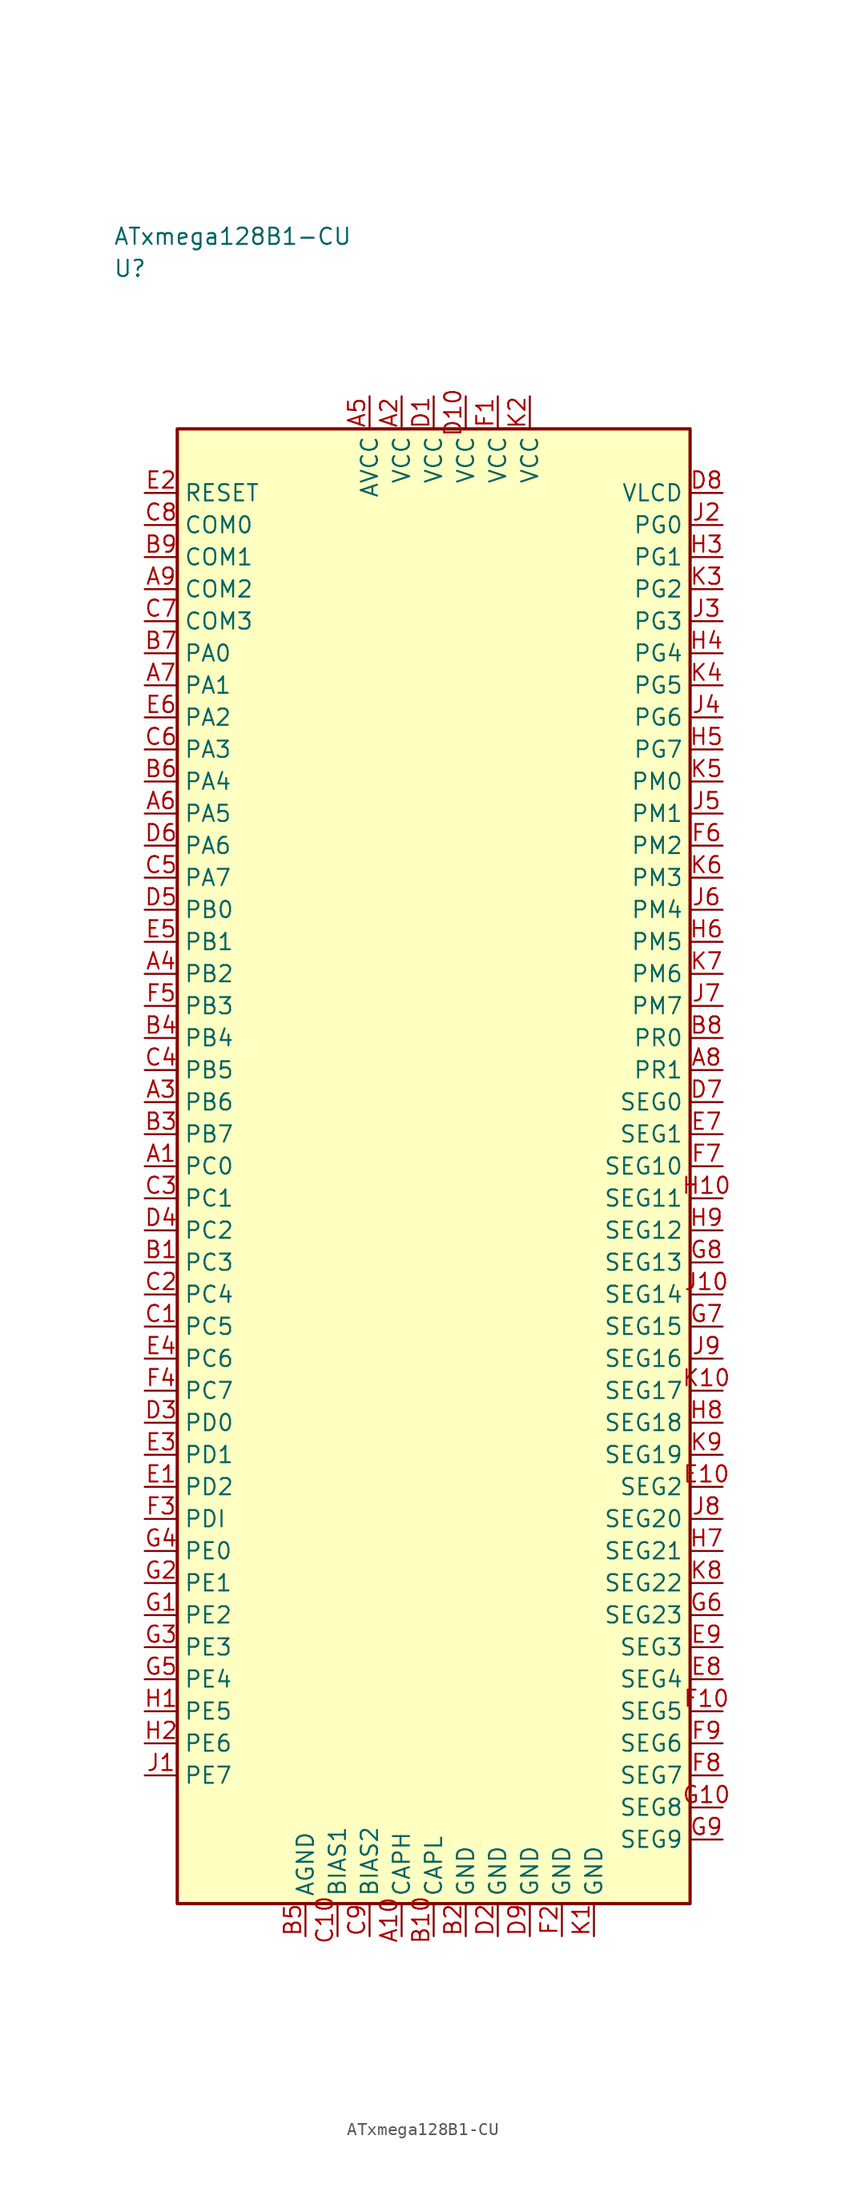
<source format=kicad_sym>
(kicad_symbol_lib
  (version 20241025)
  (generator "kicad_symbol_editor")
  (generator_version "8.0")
  (symbol "ATxmega128B1-CU"
    (property "Reference" "U"
      (at -25.0 70.0 0)
      (effects (font (size 1.27 1.27)) (justify left)))
    (property "Value" "ATxmega128B1-CU"
      (at -25.0 72.5 0)
      (effects (font (size 1.27 1.27)) (justify left)))
    (symbol "ATxmega128B1-CU_0_1"
      (rectangle (start -20.0 57.5) (end 20.0 -57.5) (stroke (width 0.254) (type default)) (fill (type background))))
    (symbol "ATxmega128B1-CU_1_1"
      (pin bidirectional line (at -22.54 0.0 0.0) (length 2.54) (name "PC0" (effects (font (size 1.27 1.27)))) (number "A1" (effects (font (size 1.27 1.27)))))
      (pin power_in line (at -2.5 60.04 270.0) (length 2.54) (name "VCC" (effects (font (size 1.27 1.27)))) (number "A2" (effects (font (size 1.27 1.27)))))
      (pin bidirectional line (at -22.54 5.0 0.0) (length 2.54) (name "PB6" (effects (font (size 1.27 1.27)))) (number "A3" (effects (font (size 1.27 1.27)))))
      (pin bidirectional line (at -22.54 15.0 0.0) (length 2.54) (name "PB2" (effects (font (size 1.27 1.27)))) (number "A4" (effects (font (size 1.27 1.27)))))
      (pin power_in line (at -5.0 60.04 270.0) (length 2.54) (name "AVCC" (effects (font (size 1.27 1.27)))) (number "A5" (effects (font (size 1.27 1.27)))))
      (pin bidirectional line (at -22.54 27.5 0.0) (length 2.54) (name "PA5" (effects (font (size 1.27 1.27)))) (number "A6" (effects (font (size 1.27 1.27)))))
      (pin bidirectional line (at -22.54 37.5 0.0) (length 2.54) (name "PA1" (effects (font (size 1.27 1.27)))) (number "A7" (effects (font (size 1.27 1.27)))))
      (pin bidirectional line (at 22.54 7.5 180.0) (length 2.54) (name "PR1" (effects (font (size 1.27 1.27)))) (number "A8" (effects (font (size 1.27 1.27)))))
      (pin bidirectional line (at -22.54 45.0 0.0) (length 2.54) (name "COM2" (effects (font (size 1.27 1.27)))) (number "A9" (effects (font (size 1.27 1.27)))))
      (pin passive line (at -2.5 -60.04 90.0) (length 2.54) (name "CAPH" (effects (font (size 1.27 1.27)))) (number "A10" (effects (font (size 1.27 1.27)))))
      (pin bidirectional line (at -22.54 -7.5 0.0) (length 2.54) (name "PC3" (effects (font (size 1.27 1.27)))) (number "B1" (effects (font (size 1.27 1.27)))))
      (pin passive line (at 2.5 -60.04 90.0) (length 2.54) (name "GND" (effects (font (size 1.27 1.27)))) (number "B2" (effects (font (size 1.27 1.27)))))
      (pin bidirectional line (at -22.54 2.5 0.0) (length 2.54) (name "PB7" (effects (font (size 1.27 1.27)))) (number "B3" (effects (font (size 1.27 1.27)))))
      (pin bidirectional line (at -22.54 10.0 0.0) (length 2.54) (name "PB4" (effects (font (size 1.27 1.27)))) (number "B4" (effects (font (size 1.27 1.27)))))
      (pin passive line (at -10.0 -60.04 90.0) (length 2.54) (name "AGND" (effects (font (size 1.27 1.27)))) (number "B5" (effects (font (size 1.27 1.27)))))
      (pin bidirectional line (at -22.54 30.0 0.0) (length 2.54) (name "PA4" (effects (font (size 1.27 1.27)))) (number "B6" (effects (font (size 1.27 1.27)))))
      (pin bidirectional line (at -22.54 40.0 0.0) (length 2.54) (name "PA0" (effects (font (size 1.27 1.27)))) (number "B7" (effects (font (size 1.27 1.27)))))
      (pin bidirectional line (at 22.54 10.0 180.0) (length 2.54) (name "PR0" (effects (font (size 1.27 1.27)))) (number "B8" (effects (font (size 1.27 1.27)))))
      (pin bidirectional line (at -22.54 47.5 0.0) (length 2.54) (name "COM1" (effects (font (size 1.27 1.27)))) (number "B9" (effects (font (size 1.27 1.27)))))
      (pin passive line (at 0.0 -60.04 90.0) (length 2.54) (name "CAPL" (effects (font (size 1.27 1.27)))) (number "B10" (effects (font (size 1.27 1.27)))))
      (pin bidirectional line (at -22.54 -12.5 0.0) (length 2.54) (name "PC5" (effects (font (size 1.27 1.27)))) (number "C1" (effects (font (size 1.27 1.27)))))
      (pin bidirectional line (at -22.54 -10.0 0.0) (length 2.54) (name "PC4" (effects (font (size 1.27 1.27)))) (number "C2" (effects (font (size 1.27 1.27)))))
      (pin bidirectional line (at -22.54 -2.5 0.0) (length 2.54) (name "PC1" (effects (font (size 1.27 1.27)))) (number "C3" (effects (font (size 1.27 1.27)))))
      (pin bidirectional line (at -22.54 7.5 0.0) (length 2.54) (name "PB5" (effects (font (size 1.27 1.27)))) (number "C4" (effects (font (size 1.27 1.27)))))
      (pin bidirectional line (at -22.54 22.5 0.0) (length 2.54) (name "PA7" (effects (font (size 1.27 1.27)))) (number "C5" (effects (font (size 1.27 1.27)))))
      (pin bidirectional line (at -22.54 32.5 0.0) (length 2.54) (name "PA3" (effects (font (size 1.27 1.27)))) (number "C6" (effects (font (size 1.27 1.27)))))
      (pin bidirectional line (at -22.54 42.5 0.0) (length 2.54) (name "COM3" (effects (font (size 1.27 1.27)))) (number "C7" (effects (font (size 1.27 1.27)))))
      (pin bidirectional line (at -22.54 50.0 0.0) (length 2.54) (name "COM0" (effects (font (size 1.27 1.27)))) (number "C8" (effects (font (size 1.27 1.27)))))
      (pin passive line (at -5.0 -60.04 90.0) (length 2.54) (name "BIAS2" (effects (font (size 1.27 1.27)))) (number "C9" (effects (font (size 1.27 1.27)))))
      (pin passive line (at -7.5 -60.04 90.0) (length 2.54) (name "BIAS1" (effects (font (size 1.27 1.27)))) (number "C10" (effects (font (size 1.27 1.27)))))
      (pin power_in line (at 0.0 60.04 270.0) (length 2.54) (name "VCC" (effects (font (size 1.27 1.27)))) (number "D1" (effects (font (size 1.27 1.27)))))
      (pin passive line (at 5.0 -60.04 90.0) (length 2.54) (name "GND" (effects (font (size 1.27 1.27)))) (number "D2" (effects (font (size 1.27 1.27)))))
      (pin bidirectional line (at -22.54 -20.0 0.0) (length 2.54) (name "PD0" (effects (font (size 1.27 1.27)))) (number "D3" (effects (font (size 1.27 1.27)))))
      (pin bidirectional line (at -22.54 -5.0 0.0) (length 2.54) (name "PC2" (effects (font (size 1.27 1.27)))) (number "D4" (effects (font (size 1.27 1.27)))))
      (pin bidirectional line (at -22.54 20.0 0.0) (length 2.54) (name "PB0" (effects (font (size 1.27 1.27)))) (number "D5" (effects (font (size 1.27 1.27)))))
      (pin bidirectional line (at -22.54 25.0 0.0) (length 2.54) (name "PA6" (effects (font (size 1.27 1.27)))) (number "D6" (effects (font (size 1.27 1.27)))))
      (pin bidirectional line (at 22.54 5.0 180.0) (length 2.54) (name "SEG0" (effects (font (size 1.27 1.27)))) (number "D7" (effects (font (size 1.27 1.27)))))
      (pin output line (at 22.54 52.5 180.0) (length 2.54) (name "VLCD" (effects (font (size 1.27 1.27)))) (number "D8" (effects (font (size 1.27 1.27)))))
      (pin passive line (at 7.5 -60.04 90.0) (length 2.54) (name "GND" (effects (font (size 1.27 1.27)))) (number "D9" (effects (font (size 1.27 1.27)))))
      (pin power_in line (at 2.5 60.04 270.0) (length 2.54) (name "VCC" (effects (font (size 1.27 1.27)))) (number "D10" (effects (font (size 1.27 1.27)))))
      (pin bidirectional line (at -22.54 -25.0 0.0) (length 2.54) (name "PD2" (effects (font (size 1.27 1.27)))) (number "E1" (effects (font (size 1.27 1.27)))))
      (pin input line (at -22.54 52.5 0.0) (length 2.54) (name "RESET" (effects (font (size 1.27 1.27)))) (number "E2" (effects (font (size 1.27 1.27)))))
      (pin bidirectional line (at -22.54 -22.5 0.0) (length 2.54) (name "PD1" (effects (font (size 1.27 1.27)))) (number "E3" (effects (font (size 1.27 1.27)))))
      (pin bidirectional line (at -22.54 -15.0 0.0) (length 2.54) (name "PC6" (effects (font (size 1.27 1.27)))) (number "E4" (effects (font (size 1.27 1.27)))))
      (pin bidirectional line (at -22.54 17.5 0.0) (length 2.54) (name "PB1" (effects (font (size 1.27 1.27)))) (number "E5" (effects (font (size 1.27 1.27)))))
      (pin bidirectional line (at -22.54 35.0 0.0) (length 2.54) (name "PA2" (effects (font (size 1.27 1.27)))) (number "E6" (effects (font (size 1.27 1.27)))))
      (pin bidirectional line (at 22.54 2.5 180.0) (length 2.54) (name "SEG1" (effects (font (size 1.27 1.27)))) (number "E7" (effects (font (size 1.27 1.27)))))
      (pin bidirectional line (at 22.54 -40.0 180.0) (length 2.54) (name "SEG4" (effects (font (size 1.27 1.27)))) (number "E8" (effects (font (size 1.27 1.27)))))
      (pin bidirectional line (at 22.54 -37.5 180.0) (length 2.54) (name "SEG3" (effects (font (size 1.27 1.27)))) (number "E9" (effects (font (size 1.27 1.27)))))
      (pin bidirectional line (at 22.54 -25.0 180.0) (length 2.54) (name "SEG2" (effects (font (size 1.27 1.27)))) (number "E10" (effects (font (size 1.27 1.27)))))
      (pin power_in line (at 5.0 60.04 270.0) (length 2.54) (name "VCC" (effects (font (size 1.27 1.27)))) (number "F1" (effects (font (size 1.27 1.27)))))
      (pin passive line (at 10.0 -60.04 90.0) (length 2.54) (name "GND" (effects (font (size 1.27 1.27)))) (number "F2" (effects (font (size 1.27 1.27)))))
      (pin bidirectional line (at -22.54 -27.5 0.0) (length 2.54) (name "PDI" (effects (font (size 1.27 1.27)))) (number "F3" (effects (font (size 1.27 1.27)))))
      (pin bidirectional line (at -22.54 -17.5 0.0) (length 2.54) (name "PC7" (effects (font (size 1.27 1.27)))) (number "F4" (effects (font (size 1.27 1.27)))))
      (pin bidirectional line (at -22.54 12.5 0.0) (length 2.54) (name "PB3" (effects (font (size 1.27 1.27)))) (number "F5" (effects (font (size 1.27 1.27)))))
      (pin bidirectional line (at 22.54 25.0 180.0) (length 2.54) (name "PM2" (effects (font (size 1.27 1.27)))) (number "F6" (effects (font (size 1.27 1.27)))))
      (pin bidirectional line (at 22.54 0.0 180.0) (length 2.54) (name "SEG10" (effects (font (size 1.27 1.27)))) (number "F7" (effects (font (size 1.27 1.27)))))
      (pin bidirectional line (at 22.54 -47.5 180.0) (length 2.54) (name "SEG7" (effects (font (size 1.27 1.27)))) (number "F8" (effects (font (size 1.27 1.27)))))
      (pin bidirectional line (at 22.54 -45.0 180.0) (length 2.54) (name "SEG6" (effects (font (size 1.27 1.27)))) (number "F9" (effects (font (size 1.27 1.27)))))
      (pin bidirectional line (at 22.54 -42.5 180.0) (length 2.54) (name "SEG5" (effects (font (size 1.27 1.27)))) (number "F10" (effects (font (size 1.27 1.27)))))
      (pin bidirectional line (at -22.54 -35.0 0.0) (length 2.54) (name "PE2" (effects (font (size 1.27 1.27)))) (number "G1" (effects (font (size 1.27 1.27)))))
      (pin bidirectional line (at -22.54 -32.5 0.0) (length 2.54) (name "PE1" (effects (font (size 1.27 1.27)))) (number "G2" (effects (font (size 1.27 1.27)))))
      (pin bidirectional line (at -22.54 -37.5 0.0) (length 2.54) (name "PE3" (effects (font (size 1.27 1.27)))) (number "G3" (effects (font (size 1.27 1.27)))))
      (pin bidirectional line (at -22.54 -30.0 0.0) (length 2.54) (name "PE0" (effects (font (size 1.27 1.27)))) (number "G4" (effects (font (size 1.27 1.27)))))
      (pin bidirectional line (at -22.54 -40.0 0.0) (length 2.54) (name "PE4" (effects (font (size 1.27 1.27)))) (number "G5" (effects (font (size 1.27 1.27)))))
      (pin bidirectional line (at 22.54 -35.0 180.0) (length 2.54) (name "SEG23" (effects (font (size 1.27 1.27)))) (number "G6" (effects (font (size 1.27 1.27)))))
      (pin bidirectional line (at 22.54 -12.5 180.0) (length 2.54) (name "SEG15" (effects (font (size 1.27 1.27)))) (number "G7" (effects (font (size 1.27 1.27)))))
      (pin bidirectional line (at 22.54 -7.5 180.0) (length 2.54) (name "SEG13" (effects (font (size 1.27 1.27)))) (number "G8" (effects (font (size 1.27 1.27)))))
      (pin bidirectional line (at 22.54 -52.5 180.0) (length 2.54) (name "SEG9" (effects (font (size 1.27 1.27)))) (number "G9" (effects (font (size 1.27 1.27)))))
      (pin bidirectional line (at 22.54 -50.0 180.0) (length 2.54) (name "SEG8" (effects (font (size 1.27 1.27)))) (number "G10" (effects (font (size 1.27 1.27)))))
      (pin bidirectional line (at -22.54 -42.5 0.0) (length 2.54) (name "PE5" (effects (font (size 1.27 1.27)))) (number "H1" (effects (font (size 1.27 1.27)))))
      (pin bidirectional line (at -22.54 -45.0 0.0) (length 2.54) (name "PE6" (effects (font (size 1.27 1.27)))) (number "H2" (effects (font (size 1.27 1.27)))))
      (pin bidirectional line (at 22.54 47.5 180.0) (length 2.54) (name "PG1" (effects (font (size 1.27 1.27)))) (number "H3" (effects (font (size 1.27 1.27)))))
      (pin bidirectional line (at 22.54 40.0 180.0) (length 2.54) (name "PG4" (effects (font (size 1.27 1.27)))) (number "H4" (effects (font (size 1.27 1.27)))))
      (pin bidirectional line (at 22.54 32.5 180.0) (length 2.54) (name "PG7" (effects (font (size 1.27 1.27)))) (number "H5" (effects (font (size 1.27 1.27)))))
      (pin bidirectional line (at 22.54 17.5 180.0) (length 2.54) (name "PM5" (effects (font (size 1.27 1.27)))) (number "H6" (effects (font (size 1.27 1.27)))))
      (pin bidirectional line (at 22.54 -30.0 180.0) (length 2.54) (name "SEG21" (effects (font (size 1.27 1.27)))) (number "H7" (effects (font (size 1.27 1.27)))))
      (pin bidirectional line (at 22.54 -20.0 180.0) (length 2.54) (name "SEG18" (effects (font (size 1.27 1.27)))) (number "H8" (effects (font (size 1.27 1.27)))))
      (pin bidirectional line (at 22.54 -5.0 180.0) (length 2.54) (name "SEG12" (effects (font (size 1.27 1.27)))) (number "H9" (effects (font (size 1.27 1.27)))))
      (pin bidirectional line (at 22.54 -2.5 180.0) (length 2.54) (name "SEG11" (effects (font (size 1.27 1.27)))) (number "H10" (effects (font (size 1.27 1.27)))))
      (pin bidirectional line (at -22.54 -47.5 0.0) (length 2.54) (name "PE7" (effects (font (size 1.27 1.27)))) (number "J1" (effects (font (size 1.27 1.27)))))
      (pin bidirectional line (at 22.54 50.0 180.0) (length 2.54) (name "PG0" (effects (font (size 1.27 1.27)))) (number "J2" (effects (font (size 1.27 1.27)))))
      (pin bidirectional line (at 22.54 42.5 180.0) (length 2.54) (name "PG3" (effects (font (size 1.27 1.27)))) (number "J3" (effects (font (size 1.27 1.27)))))
      (pin bidirectional line (at 22.54 35.0 180.0) (length 2.54) (name "PG6" (effects (font (size 1.27 1.27)))) (number "J4" (effects (font (size 1.27 1.27)))))
      (pin bidirectional line (at 22.54 27.5 180.0) (length 2.54) (name "PM1" (effects (font (size 1.27 1.27)))) (number "J5" (effects (font (size 1.27 1.27)))))
      (pin bidirectional line (at 22.54 20.0 180.0) (length 2.54) (name "PM4" (effects (font (size 1.27 1.27)))) (number "J6" (effects (font (size 1.27 1.27)))))
      (pin bidirectional line (at 22.54 12.5 180.0) (length 2.54) (name "PM7" (effects (font (size 1.27 1.27)))) (number "J7" (effects (font (size 1.27 1.27)))))
      (pin bidirectional line (at 22.54 -27.5 180.0) (length 2.54) (name "SEG20" (effects (font (size 1.27 1.27)))) (number "J8" (effects (font (size 1.27 1.27)))))
      (pin bidirectional line (at 22.54 -15.0 180.0) (length 2.54) (name "SEG16" (effects (font (size 1.27 1.27)))) (number "J9" (effects (font (size 1.27 1.27)))))
      (pin bidirectional line (at 22.54 -10.0 180.0) (length 2.54) (name "SEG14" (effects (font (size 1.27 1.27)))) (number "J10" (effects (font (size 1.27 1.27)))))
      (pin passive line (at 12.5 -60.04 90.0) (length 2.54) (name "GND" (effects (font (size 1.27 1.27)))) (number "K1" (effects (font (size 1.27 1.27)))))
      (pin power_in line (at 7.5 60.04 270.0) (length 2.54) (name "VCC" (effects (font (size 1.27 1.27)))) (number "K2" (effects (font (size 1.27 1.27)))))
      (pin bidirectional line (at 22.54 45.0 180.0) (length 2.54) (name "PG2" (effects (font (size 1.27 1.27)))) (number "K3" (effects (font (size 1.27 1.27)))))
      (pin bidirectional line (at 22.54 37.5 180.0) (length 2.54) (name "PG5" (effects (font (size 1.27 1.27)))) (number "K4" (effects (font (size 1.27 1.27)))))
      (pin bidirectional line (at 22.54 30.0 180.0) (length 2.54) (name "PM0" (effects (font (size 1.27 1.27)))) (number "K5" (effects (font (size 1.27 1.27)))))
      (pin bidirectional line (at 22.54 22.5 180.0) (length 2.54) (name "PM3" (effects (font (size 1.27 1.27)))) (number "K6" (effects (font (size 1.27 1.27)))))
      (pin bidirectional line (at 22.54 15.0 180.0) (length 2.54) (name "PM6" (effects (font (size 1.27 1.27)))) (number "K7" (effects (font (size 1.27 1.27)))))
      (pin bidirectional line (at 22.54 -32.5 180.0) (length 2.54) (name "SEG22" (effects (font (size 1.27 1.27)))) (number "K8" (effects (font (size 1.27 1.27)))))
      (pin bidirectional line (at 22.54 -22.5 180.0) (length 2.54) (name "SEG19" (effects (font (size 1.27 1.27)))) (number "K9" (effects (font (size 1.27 1.27)))))
      (pin bidirectional line (at 22.54 -17.5 180.0) (length 2.54) (name "SEG17" (effects (font (size 1.27 1.27)))) (number "K10" (effects (font (size 1.27 1.27))))))))
</source>
